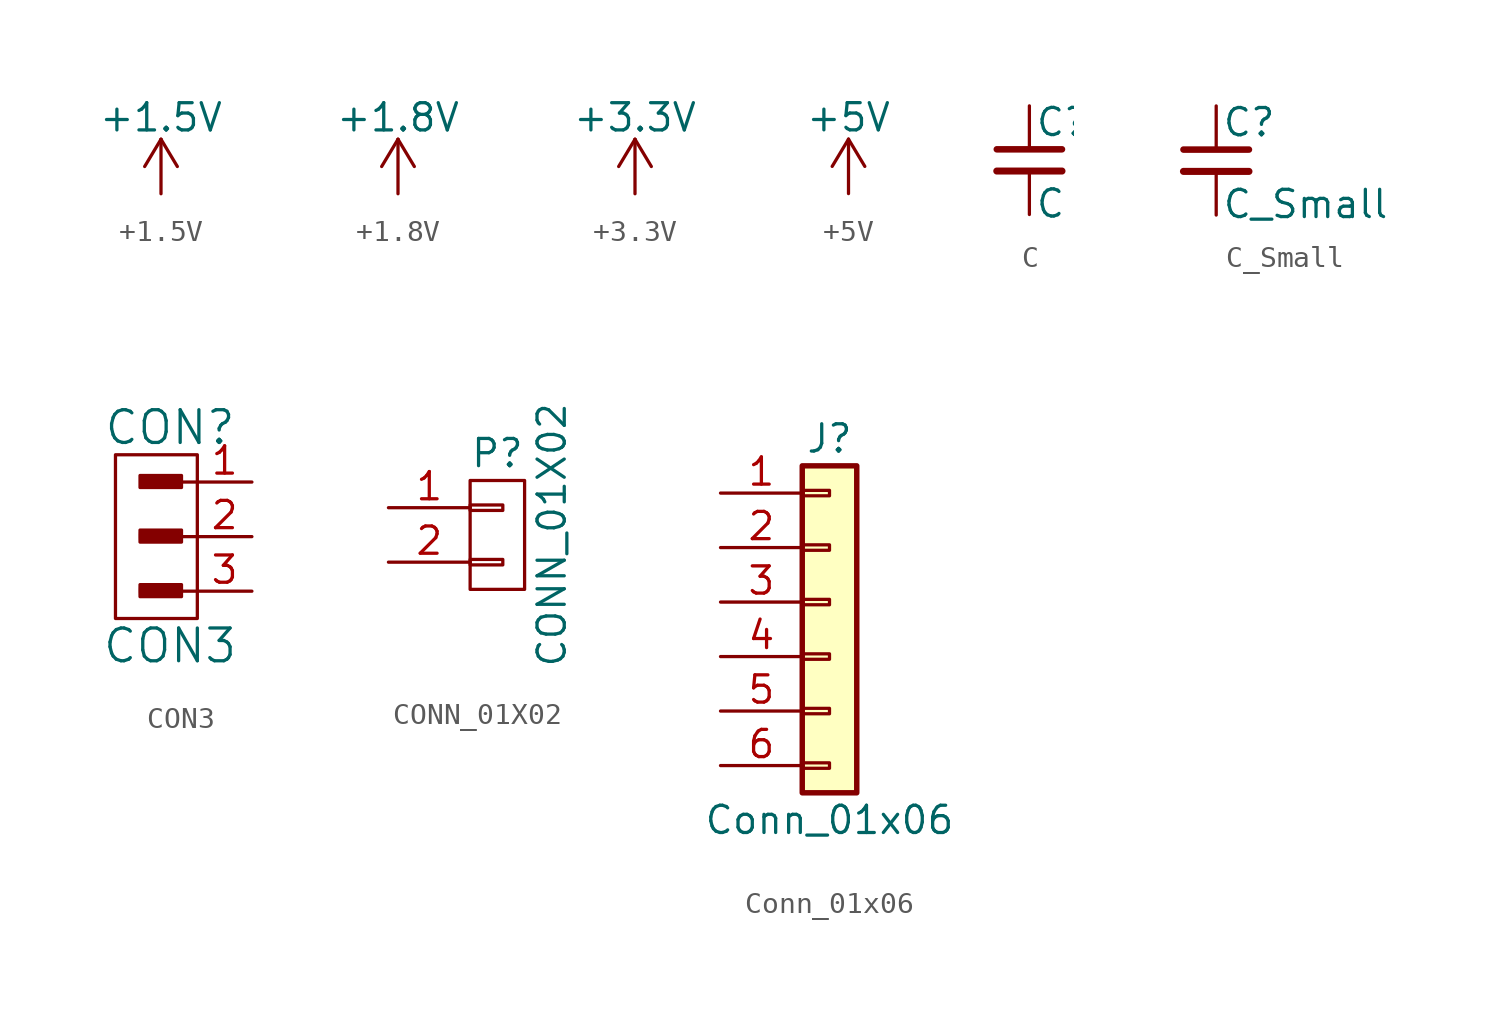
<source format=kicad_sym>
(kicad_symbol_lib
  (version 20241209)
  (generator "kicad_symbol_editor")
  (generator_version "9.0")
  (symbol "+1.5V"
    (power)
    (pin_names
      (offset 0))
    (property "Reference" "#PWR"
      (at 0 -3.81 0)
      (effects (font (size 1.27 1.27)) (hide yes)))
    (property "Value" "+1.5V"
      (at 0 3.556 0)
      (effects (font (size 1.27 1.27))))
    (property "Footprint" ""
      (at 0 0 0)
      (effects (font (size 1.524 1.524))))
    (property "Datasheet" ""
      (at 0 0 0)
      (effects (font (size 1.524 1.524))))
    (symbol "+1.5V_0_1"
      (polyline (pts (xy -0.762 1.27) (xy 0 2.54)) (stroke (width 0) (type solid)) (fill (type none)))
      (polyline (pts (xy 0 2.54) (xy 0.762 1.27)) (stroke (width 0) (type solid)) (fill (type none)))
      (polyline (pts (xy 0 0) (xy 0 2.54)) (stroke (width 0) (type solid)) (fill (type none))))
    (symbol "+1.5V_1_1"
      (pin power_in line (at 0 0 90) (length 0) (hide yes) (name "+1.5V" (effects (font (size 1.27 1.27)))) (number "1" (effects (font (size 1.27 1.27)))))))
  (symbol "+1.8V"
    (power)
    (pin_names
      (offset 0))
    (property "Reference" "#PWR"
      (at 0 -3.81 0)
      (effects (font (size 1.27 1.27)) (hide yes)))
    (property "Value" "+1.8V"
      (at 0 3.556 0)
      (effects (font (size 1.27 1.27))))
    (property "Footprint" ""
      (at 0 0 0)
      (effects (font (size 1.524 1.524))))
    (property "Datasheet" ""
      (at 0 0 0)
      (effects (font (size 1.524 1.524))))
    (symbol "+1.8V_0_1"
      (polyline (pts (xy -0.762 1.27) (xy 0 2.54)) (stroke (width 0) (type solid)) (fill (type none)))
      (polyline (pts (xy 0 2.54) (xy 0.762 1.27)) (stroke (width 0) (type solid)) (fill (type none)))
      (polyline (pts (xy 0 0) (xy 0 2.54)) (stroke (width 0) (type solid)) (fill (type none))))
    (symbol "+1.8V_1_1"
      (pin power_in line (at 0 0 90) (length 0) (hide yes) (name "+1V8" (effects (font (size 1.27 1.27)))) (number "1" (effects (font (size 1.27 1.27)))))))
  (symbol "+3.3V"
    (power)
    (pin_names
      (offset 0))
    (property "Reference" "#PWR"
      (at 0 -3.81 0)
      (effects (font (size 1.27 1.27)) (hide yes)))
    (property "Value" "+3.3V"
      (at 0 3.556 0)
      (effects (font (size 1.27 1.27))))
    (property "Footprint" ""
      (at 0 0 0)
      (effects (font (size 1.524 1.524))))
    (property "Datasheet" ""
      (at 0 0 0)
      (effects (font (size 1.524 1.524))))
    (symbol "+3.3V_0_1"
      (polyline (pts (xy -0.762 1.27) (xy 0 2.54)) (stroke (width 0) (type solid)) (fill (type none)))
      (polyline (pts (xy 0 2.54) (xy 0.762 1.27)) (stroke (width 0) (type solid)) (fill (type none)))
      (polyline (pts (xy 0 0) (xy 0 2.54)) (stroke (width 0) (type solid)) (fill (type none))))
    (symbol "+3.3V_1_1"
      (pin power_in line (at 0 0 90) (length 0) (hide yes) (name "+3V3" (effects (font (size 1.27 1.27)))) (number "1" (effects (font (size 1.27 1.27)))))))
  (symbol "+5V"
    (power)
    (pin_names
      (offset 0))
    (property "Reference" "#PWR"
      (at 0 -3.81 0)
      (effects (font (size 1.27 1.27)) (hide yes)))
    (property "Value" "+5V"
      (at 0 3.556 0)
      (effects (font (size 1.27 1.27))))
    (property "Footprint" ""
      (at 0 0 0)
      (effects (font (size 1.524 1.524))))
    (property "Datasheet" ""
      (at 0 0 0)
      (effects (font (size 1.524 1.524))))
    (symbol "+5V_0_1"
      (polyline (pts (xy -0.762 1.27) (xy 0 2.54)) (stroke (width 0) (type solid)) (fill (type none)))
      (polyline (pts (xy 0 2.54) (xy 0.762 1.27)) (stroke (width 0) (type solid)) (fill (type none)))
      (polyline (pts (xy 0 0) (xy 0 2.54)) (stroke (width 0) (type solid)) (fill (type none))))
    (symbol "+5V_1_1"
      (pin power_in line (at 0 0 90) (length 0) (hide yes) (name "+5V" (effects (font (size 1.27 1.27)))) (number "1" (effects (font (size 1.27 1.27)))))))
  (symbol "C"
    (pin_numbers
      (hide yes))
    (pin_names
      (offset 0.254)
      (hide yes))
    (property "Reference" "C"
      (at 0.254 1.778 0)
      (effects (font (size 1.27 1.27)) (justify left)))
    (property "Value" "C"
      (at 0.254 -2.032 0)
      (effects (font (size 1.27 1.27)) (justify left)))
    (property "Footprint" ""
      (at 0 0 0)
      (effects (font (size 1.524 1.524))))
    (property "Datasheet" ""
      (at 0 0 0)
      (effects (font (size 1.524 1.524))))
    (symbol "C_0_1"
      (polyline (pts (xy -1.524 0.508) (xy 1.524 0.508)) (stroke (width 0.305) (type solid)) (fill (type none)))
      (polyline (pts (xy -1.524 -0.508) (xy 1.524 -0.508)) (stroke (width 0.33) (type solid)) (fill (type none))))
    (symbol "C_1_1"
      (pin passive line (at 0 2.54 270) (length 1.905) (name "~" (effects (font (size 1.016 1.016)))) (number "1" (effects (font (size 1.016 1.016)))))
      (pin passive line (at 0 -2.54 90) (length 2.032) (name "~" (effects (font (size 1.016 1.016)))) (number "2" (effects (font (size 1.016 1.016)))))))
  (symbol "C_Small"
    (pin_numbers
      (hide yes))
    (pin_names
      (offset 0.254)
      (hide yes))
    (property "Reference" "C"
      (at 0.254 1.778 0)
      (effects (font (size 1.27 1.27)) (justify left)))
    (property "Value" "C_Small"
      (at 0.254 -2.032 0)
      (effects (font (size 1.27 1.27)) (justify left)))
    (property "Footprint" ""
      (at 0 0 0)
      (effects (font (size 1.524 1.524))))
    (property "Datasheet" ""
      (at 0 0 0)
      (effects (font (size 1.524 1.524))))
    (symbol "C_Small_0_1"
      (polyline (pts (xy -1.524 0.508) (xy 1.524 0.508)) (stroke (width 0.305) (type solid)) (fill (type none)))
      (polyline (pts (xy -1.524 -0.508) (xy 1.524 -0.508)) (stroke (width 0.33) (type solid)) (fill (type none))))
    (symbol "C_Small_1_1"
      (pin passive line (at 0 2.54 270) (length 1.905) (name "~" (effects (font (size 1.016 1.016)))) (number "1" (effects (font (size 1.016 1.016)))))
      (pin passive line (at 0 -2.54 90) (length 2.032) (name "~" (effects (font (size 1.016 1.016)))) (number "2" (effects (font (size 1.016 1.016)))))))
  (symbol "CON3"
    (pin_names
      (offset 1.016))
    (property "Reference" "CON"
      (at -1.27 5.08 0)
      (effects (font (size 1.524 1.524))))
    (property "Value" "CON3"
      (at -1.27 -5.08 0)
      (effects (font (size 1.524 1.524))))
    (property "Footprint" ""
      (at -1.905 1.27 0)
      (effects (font (size 1.524 1.524))))
    (property "Datasheet" ""
      (at -1.905 1.27 0)
      (effects (font (size 1.524 1.524))))
    (symbol "CON3_0_0"
      (rectangle (start -2.642 -0.152) (end -0.864 0.203) (stroke (width 0) (type solid)) (fill (type none)))
      (rectangle (start -2.642 -2.692) (end -0.864 -2.337) (stroke (width 0) (type solid)) (fill (type none)))
      (rectangle (start -2.616 2.388) (end -0.838 2.743) (stroke (width 0) (type solid)) (fill (type none)))
      (rectangle (start -2.616 -0.051) (end -0.965 0.051) (stroke (width 0) (type solid)) (fill (type none)))
      (rectangle (start -2.616 -2.591) (end -0.965 -2.489) (stroke (width 0) (type solid)) (fill (type none)))
      (rectangle (start -2.591 2.515) (end -0.94 2.616) (stroke (width 0) (type solid)) (fill (type none)))
      (rectangle (start -0.965 0.127) (end -2.642 -0.076) (stroke (width 0) (type solid)) (fill (type none)))
      (rectangle (start -0.965 -2.413) (end -2.642 -2.616) (stroke (width 0) (type solid)) (fill (type none)))
      (rectangle (start -0.864 2.642) (end -2.54 2.438) (stroke (width 0) (type solid)) (fill (type none)))
      (rectangle (start -0.737 2.845) (end -2.667 2.286) (stroke (width 0) (type solid)) (fill (type none)))
      (rectangle (start -0.737 0.305) (end -2.667 -0.254) (stroke (width 0) (type solid)) (fill (type none)))
      (rectangle (start -0.737 -2.235) (end -2.667 -2.794) (stroke (width 0) (type solid)) (fill (type none)))
      (polyline (pts (xy 0 2.54) (xy -0.762 2.54)) (stroke (width 0) (type solid)) (fill (type none)))
      (polyline (pts (xy 0 0) (xy -0.762 0)) (stroke (width 0) (type solid)) (fill (type none)))
      (polyline (pts (xy 0 -2.54) (xy -0.762 -2.54)) (stroke (width 0) (type solid)) (fill (type none))))
    (symbol "CON3_0_1"
      (rectangle (start -3.81 3.81) (end 0 -3.81) (stroke (width 0) (type solid)) (fill (type none))))
    (symbol "CON3_1_1"
      (pin passive line (at 2.54 2.54 180) (length 2.54) (name "~" (effects (font (size 1.27 1.27)))) (number "1" (effects (font (size 1.27 1.27)))))
      (pin passive line (at 2.54 0 180) (length 2.54) (name "~" (effects (font (size 1.27 1.27)))) (number "2" (effects (font (size 1.27 1.27)))))
      (pin passive line (at 2.54 -2.54 180) (length 2.54) (name "~" (effects (font (size 1.27 1.27)))) (number "3" (effects (font (size 1.27 1.27)))))))
  (symbol "CONN_01X02"
    (pin_names
      (offset 1.016)
      (hide yes))
    (property "Reference" "P"
      (at 0 3.81 0)
      (effects (font (size 1.27 1.27))))
    (property "Value" "CONN_01X02"
      (at 2.54 0 90)
      (effects (font (size 1.27 1.27))))
    (property "Footprint" ""
      (at 0 0 0)
      (effects (font (size 1.27 1.27))))
    (property "Datasheet" ""
      (at 0 0 0)
      (effects (font (size 1.27 1.27))))
    (symbol "CONN_01X02_0_1"
      (rectangle (start -1.27 2.54) (end 1.27 -2.54) (stroke (width 0) (type solid)) (fill (type none)))
      (rectangle (start -1.27 1.397) (end 0.254 1.143) (stroke (width 0) (type solid)) (fill (type none)))
      (rectangle (start -1.27 -1.143) (end 0.254 -1.397) (stroke (width 0) (type solid)) (fill (type none))))
    (symbol "CONN_01X02_1_1"
      (pin passive line (at -5.08 1.27 0) (length 3.81) (name "P1" (effects (font (size 1.27 1.27)))) (number "1" (effects (font (size 1.27 1.27)))))
      (pin passive line (at -5.08 -1.27 0) (length 3.81) (name "P2" (effects (font (size 1.27 1.27)))) (number "2" (effects (font (size 1.27 1.27)))))))
  (symbol "Conn_01x06"
    (pin_names
      (offset 1.016)
      (hide yes))
    (property "Reference" "J"
      (at 0 7.62 0)
      (effects (font (size 1.27 1.27))))
    (property "Value" "Conn_01x06"
      (at 0 -10.16 0)
      (effects (font (size 1.27 1.27))))
    (symbol "Conn_01x06_1_1"
      (rectangle (start -1.27 6.35) (end 1.27 -8.89) (stroke (width 0.254) (type solid)) (fill (type background)))
      (rectangle (start -1.27 5.207) (end 0 4.953) (stroke (width 0.152) (type solid)) (fill (type none)))
      (rectangle (start -1.27 2.667) (end 0 2.413) (stroke (width 0.152) (type solid)) (fill (type none)))
      (rectangle (start -1.27 0.127) (end 0 -0.127) (stroke (width 0.152) (type solid)) (fill (type none)))
      (rectangle (start -1.27 -2.413) (end 0 -2.667) (stroke (width 0.152) (type solid)) (fill (type none)))
      (rectangle (start -1.27 -4.953) (end 0 -5.207) (stroke (width 0.152) (type solid)) (fill (type none)))
      (rectangle (start -1.27 -7.493) (end 0 -7.747) (stroke (width 0.152) (type solid)) (fill (type none)))
      (pin passive line (at -5.08 5.08 0) (length 3.81) (name "Pin_1" (effects (font (size 1.27 1.27)))) (number "1" (effects (font (size 1.27 1.27)))))
      (pin passive line (at -5.08 2.54 0) (length 3.81) (name "Pin_2" (effects (font (size 1.27 1.27)))) (number "2" (effects (font (size 1.27 1.27)))))
      (pin passive line (at -5.08 0 0) (length 3.81) (name "Pin_3" (effects (font (size 1.27 1.27)))) (number "3" (effects (font (size 1.27 1.27)))))
      (pin passive line (at -5.08 -2.54 0) (length 3.81) (name "Pin_4" (effects (font (size 1.27 1.27)))) (number "4" (effects (font (size 1.27 1.27)))))
      (pin passive line (at -5.08 -5.08 0) (length 3.81) (name "Pin_5" (effects (font (size 1.27 1.27)))) (number "5" (effects (font (size 1.27 1.27)))))
      (pin passive line (at -5.08 -7.62 0) (length 3.81) (name "Pin_6" (effects (font (size 1.27 1.27)))) (number "6" (effects (font (size 1.27 1.27))))))))
</source>
